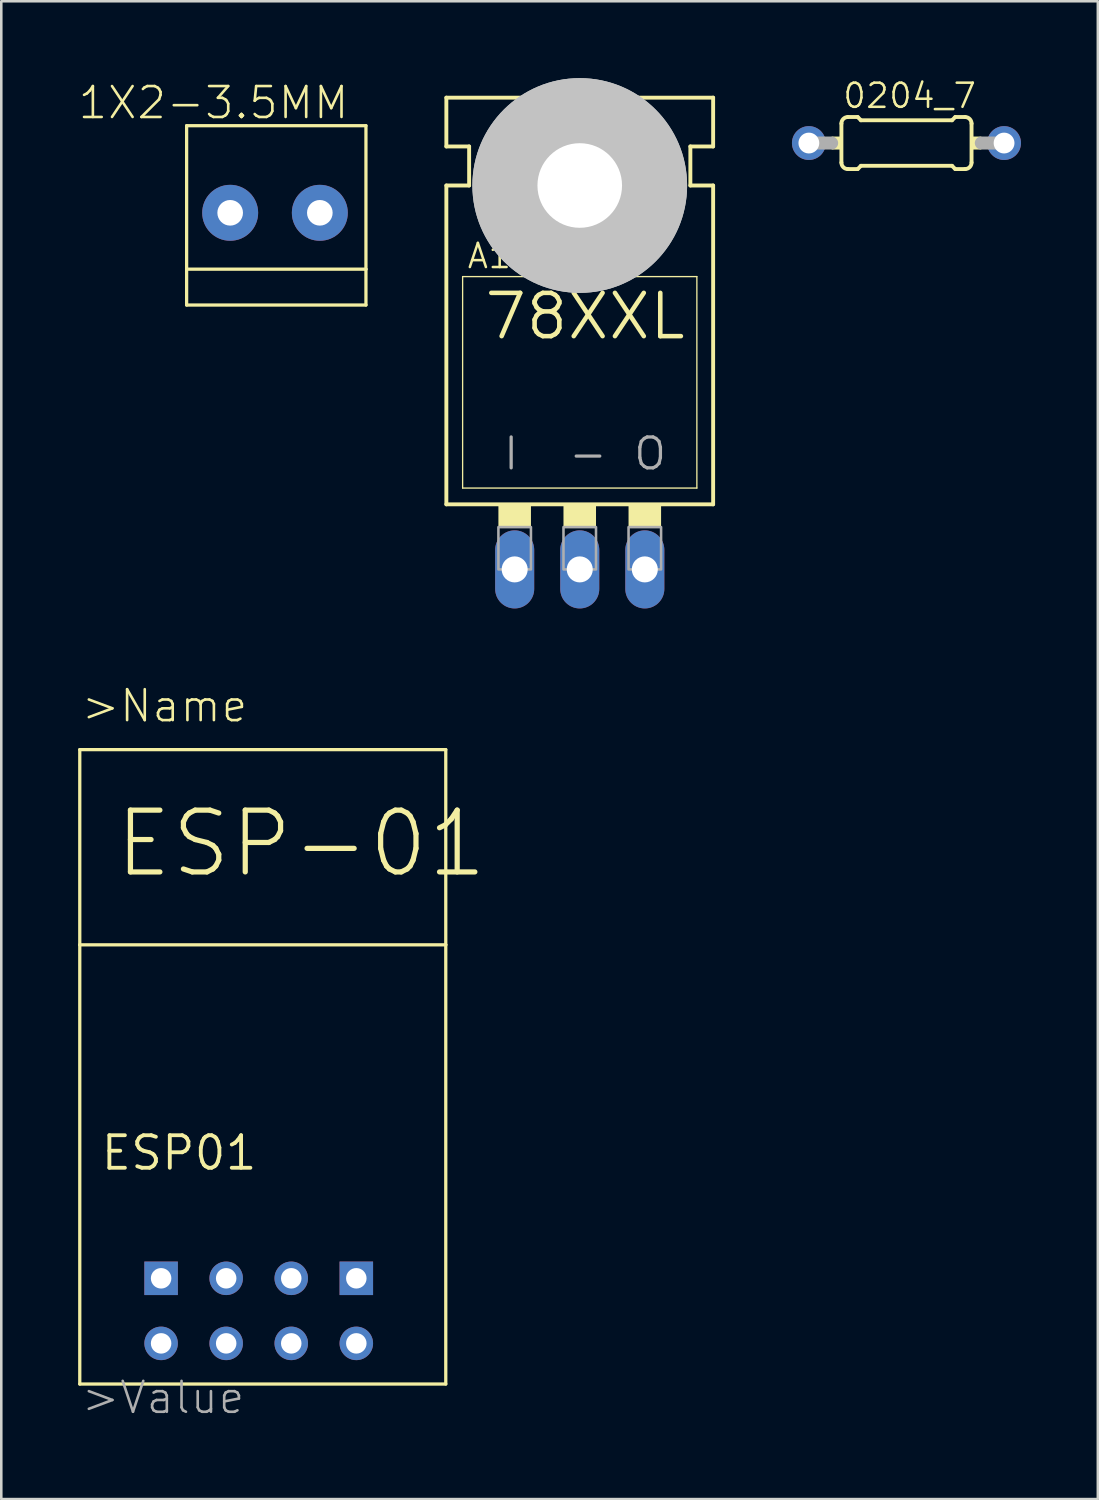
<source format=kicad_pcb>
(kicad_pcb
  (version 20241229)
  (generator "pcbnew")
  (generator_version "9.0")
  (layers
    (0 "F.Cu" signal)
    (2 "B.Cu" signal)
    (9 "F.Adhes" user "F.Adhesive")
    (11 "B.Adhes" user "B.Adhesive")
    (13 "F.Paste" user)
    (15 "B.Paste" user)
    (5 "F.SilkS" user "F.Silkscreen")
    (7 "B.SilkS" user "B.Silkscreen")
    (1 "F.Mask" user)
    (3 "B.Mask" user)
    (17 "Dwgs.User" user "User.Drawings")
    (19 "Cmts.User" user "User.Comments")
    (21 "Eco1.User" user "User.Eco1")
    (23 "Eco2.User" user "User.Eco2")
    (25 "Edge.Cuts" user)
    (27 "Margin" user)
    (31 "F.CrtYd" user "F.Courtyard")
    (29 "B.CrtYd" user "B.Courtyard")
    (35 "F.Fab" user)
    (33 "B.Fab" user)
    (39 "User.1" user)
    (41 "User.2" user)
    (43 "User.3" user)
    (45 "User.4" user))
  (footprint "ESP01"
    (layer "F.Cu")
    (at 7.064 41.212)
    (property "Reference" "ESP01" (at 0 0 0) (layer "F.SilkS") (effects (font (size 1.27 1.27) (thickness 0.15)) (justify right top)))
    (attr through_hole)
    (fp_line (start -7 -15) (end -7 -7.38) (stroke (width 0.127) (type solid)) (layer "F.SilkS"))
    (fp_line (start -7 -7.38) (end -7 9.765) (stroke (width 0.127) (type solid)) (layer "F.SilkS"))
    (fp_line (start -7 -7.38) (end 7.287 -7.38) (stroke (width 0.127) (type solid)) (layer "F.SilkS"))
    (fp_line (start -7 9.765) (end 7.287 9.765) (stroke (width 0.127) (type solid)) (layer "F.SilkS"))
    (fp_line (start 7.287 -15) (end -7 -15) (stroke (width 0.127) (type solid)) (layer "F.SilkS"))
    (fp_line (start 7.287 -7.38) (end 7.287 -15) (stroke (width 0.127) (type solid)) (layer "F.SilkS"))
    (fp_line (start 7.287 9.765) (end 7.287 -7.38) (stroke (width 0.127) (type solid)) (layer "F.SilkS"))
    (fp_text user "ESP-01" (at -5.73 -9.92 0) (layer "F.SilkS") (effects (font (size 2.413 2.413) (thickness 0.203)) (justify left bottom)))
    (fp_text user ">Name" (at -7 -16 0) (layer "F.SilkS") (effects (font (size 1.206 1.206) (thickness 0.102)) (justify left bottom)))
    (fp_text user ">Value" (at -7 11 0) (layer "F.Fab") (effects (font (size 1.206 1.206) (thickness 0.102)) (justify left bottom)))
    (pad "CH_PD" thru_hole circle (at -1.285 8.178 270) (size 1.308 1.308) (drill 0.8) (layers "*.Cu" "*.Mask"))
    (pad "GND" thru_hole rect (at -3.825 5.638 270) (size 1.308 1.308) (drill 0.8) (layers "*.Cu" "*.Mask"))
    (pad "GPIO0" thru_hole circle (at 1.255 5.638 270) (size 1.308 1.308) (drill 0.8) (layers "*.Cu" "*.Mask"))
    (pad "GPIO2" thru_hole circle (at -1.285 5.638 270) (size 1.308 1.308) (drill 0.8) (layers "*.Cu" "*.Mask"))
    (pad "RST" thru_hole circle (at 1.255 8.178 270) (size 1.308 1.308) (drill 0.8) (layers "*.Cu" "*.Mask"))
    (pad "RX" thru_hole rect (at 3.795 5.638 270) (size 1.308 1.308) (drill 0.8) (layers "*.Cu" "*.Mask"))
    (pad "TX" thru_hole circle (at -3.825 8.178 270) (size 1.308 1.308) (drill 0.8) (layers "*.Cu" "*.Mask"))
    (pad "VCC" thru_hole circle (at 3.795 8.178 270) (size 1.308 1.308) (drill 0.8) (layers "*.Cu" "*.Mask")))
  (footprint "0204_7"
    (layer "F.Cu")
    (at 32.335 2.534)
    (property "Reference" "0204_7" (at -2.54 -1.295 0) (layer "F.SilkS") (effects (font (size 0.941 0.941) (thickness 0.099)) (justify left bottom)))
    (attr through_hole)
    (fp_line (start -2.54 0.762) (end -2.54 -0.762) (stroke (width 0.152) (type solid)) (layer "F.SilkS"))
    (fp_line (start -2.286 -1.016) (end -1.905 -1.016) (stroke (width 0.152) (type solid)) (layer "F.SilkS"))
    (fp_line (start -2.286 1.016) (end -1.905 1.016) (stroke (width 0.152) (type solid)) (layer "F.SilkS"))
    (fp_line (start -1.778 -0.889) (end -1.905 -1.016) (stroke (width 0.152) (type solid)) (layer "F.SilkS"))
    (fp_line (start -1.778 0.889) (end -1.905 1.016) (stroke (width 0.152) (type solid)) (layer "F.SilkS"))
    (fp_line (start 1.778 -0.889) (end -1.778 -0.889) (stroke (width 0.152) (type solid)) (layer "F.SilkS"))
    (fp_line (start 1.778 -0.889) (end 1.905 -1.016) (stroke (width 0.152) (type solid)) (layer "F.SilkS"))
    (fp_line (start 1.778 0.889) (end -1.778 0.889) (stroke (width 0.152) (type solid)) (layer "F.SilkS"))
    (fp_line (start 1.778 0.889) (end 1.905 1.016) (stroke (width 0.152) (type solid)) (layer "F.SilkS"))
    (fp_line (start 2.286 -1.016) (end 1.905 -1.016) (stroke (width 0.152) (type solid)) (layer "F.SilkS"))
    (fp_line (start 2.286 1.016) (end 1.905 1.016) (stroke (width 0.152) (type solid)) (layer "F.SilkS"))
    (fp_line (start 2.54 0.762) (end 2.54 -0.762) (stroke (width 0.152) (type solid)) (layer "F.SilkS"))
    (fp_arc (start -2.54 -0.762) (mid -2.465605 -0.941605) (end -2.286 -1.016) (stroke (width 0.1524) (type solid)) (layer "F.SilkS"))
    (fp_arc (start -2.286 1.016) (mid -2.465605 0.941605) (end -2.54 0.762) (stroke (width 0.1524) (type solid)) (layer "F.SilkS"))
    (fp_arc (start 2.286 -1.016) (mid 2.465605 -0.941605) (end 2.54 -0.762) (stroke (width 0.1524) (type solid)) (layer "F.SilkS"))
    (fp_arc (start 2.54 0.762) (mid 2.465605 0.941605) (end 2.286 1.016) (stroke (width 0.1524) (type solid)) (layer "F.SilkS"))
    (fp_poly (pts (xy -2.921 0.254) (xy -2.54 0.254) (xy -2.54 -0.254) (xy -2.921 -0.254)) (stroke (width 0) (type solid)) (fill yes) (layer "F.SilkS"))
    (fp_poly (pts (xy 2.54 0.254) (xy 2.921 0.254) (xy 2.921 -0.254) (xy 2.54 -0.254)) (stroke (width 0) (type solid)) (fill yes) (layer "F.SilkS"))
    (fp_line (start -3.81 0) (end -2.921 0) (stroke (width 0.508) (type solid)) (layer "F.Fab"))
    (fp_line (start 3.81 0) (end 2.921 0) (stroke (width 0.508) (type solid)) (layer "F.Fab"))
    (pad "1" thru_hole circle (at -3.81 0) (size 1.321 1.321) (drill 0.813) (layers "*.Cu" "*.Mask"))
    (pad "2" thru_hole circle (at 3.81 0) (size 1.321 1.321) (drill 0.813) (layers "*.Cu" "*.Mask")))
  (footprint "1X2-3.5MM"
    (layer "F.Cu")
    (at 7.635 5.257)
    (property "Reference" "1X2-3.5MM" (at 3 -5 0) (layer "F.SilkS") (effects (font (size 1.206 1.206) (thickness 0.102)) (justify right top)))
    (attr through_hole)
    (fp_line (start -3.4 -3.4) (end -3.4 2.2) (stroke (width 0.127) (type solid)) (layer "F.SilkS"))
    (fp_line (start -3.4 2.2) (end -3.4 3.6) (stroke (width 0.127) (type solid)) (layer "F.SilkS"))
    (fp_line (start -3.4 2.2) (end 3.6 2.2) (stroke (width 0.127) (type solid)) (layer "F.SilkS"))
    (fp_line (start -3.4 3.6) (end 3.6 3.6) (stroke (width 0.127) (type solid)) (layer "F.SilkS"))
    (fp_line (start 3.6 -3.4) (end -3.4 -3.4) (stroke (width 0.127) (type solid)) (layer "F.SilkS"))
    (fp_line (start 3.6 2.2) (end 3.6 -3.4) (stroke (width 0.127) (type solid)) (layer "F.SilkS"))
    (fp_line (start 3.6 3.6) (end 3.6 2.2) (stroke (width 0.127) (type solid)) (layer "F.SilkS"))
    (pad "1" thru_hole circle (at 1.8 0) (size 2.184 2.184) (drill 1) (layers "*.Cu" "*.Mask"))
    (pad "2" thru_hole circle (at -1.7 0) (size 2.184 2.184) (drill 1) (layers "*.Cu" "*.Mask")))
  (footprint "78XXL"
    (layer "F.Cu")
    (at 19.581 15.367)
    (property "Reference" "78XXL" (at -3.81 -5.08 0) (layer "F.SilkS") (effects (font (size 1.689 1.689) (thickness 0.178)) (justify left bottom)))
    (attr through_hole)
    (fp_line (start -5.207 -12.7) (end -5.207 -14.605) (stroke (width 0.152) (type solid)) (layer "F.SilkS"))
    (fp_line (start -5.207 -11.176) (end -4.318 -11.176) (stroke (width 0.152) (type solid)) (layer "F.SilkS"))
    (fp_line (start -5.207 1.27) (end -5.207 -11.176) (stroke (width 0.152) (type solid)) (layer "F.SilkS"))
    (fp_line (start -5.207 1.27) (end 5.207 1.27) (stroke (width 0.152) (type solid)) (layer "F.SilkS"))
    (fp_line (start -4.572 0.635) (end -4.572 -7.62) (stroke (width 0.051) (type solid)) (layer "F.SilkS"))
    (fp_line (start -4.572 0.635) (end 4.572 0.635) (stroke (width 0.051) (type solid)) (layer "F.SilkS"))
    (fp_line (start -4.318 -12.7) (end -5.207 -12.7) (stroke (width 0.152) (type solid)) (layer "F.SilkS"))
    (fp_line (start -4.318 -11.176) (end -4.318 -12.7) (stroke (width 0.152) (type solid)) (layer "F.SilkS"))
    (fp_line (start 4.318 -12.7) (end 5.207 -12.7) (stroke (width 0.152) (type solid)) (layer "F.SilkS"))
    (fp_line (start 4.318 -11.176) (end 4.318 -12.7) (stroke (width 0.152) (type solid)) (layer "F.SilkS"))
    (fp_line (start 4.572 -7.62) (end -4.572 -7.62) (stroke (width 0.051) (type solid)) (layer "F.SilkS"))
    (fp_line (start 4.572 -7.62) (end 4.572 0.635) (stroke (width 0.051) (type solid)) (layer "F.SilkS"))
    (fp_line (start 5.207 -14.605) (end -5.207 -14.605) (stroke (width 0.152) (type solid)) (layer "F.SilkS"))
    (fp_line (start 5.207 -12.7) (end 5.207 -14.605) (stroke (width 0.152) (type solid)) (layer "F.SilkS"))
    (fp_line (start 5.207 -11.176) (end 4.318 -11.176) (stroke (width 0.152) (type solid)) (layer "F.SilkS"))
    (fp_line (start 5.207 1.27) (end 5.207 -11.176) (stroke (width 0.152) (type solid)) (layer "F.SilkS"))
    (fp_circle (center 0 -11.176) (end 1.803 -11.176) (stroke (width 0.152) (type solid)) (fill no) (layer "F.SilkS"))
    (fp_poly (pts (xy -3.175 2.159) (xy -1.905 2.159) (xy -1.905 1.27) (xy -3.175 1.27)) (stroke (width 0) (type solid)) (fill yes) (layer "F.SilkS"))
    (fp_poly (pts (xy -0.635 2.159) (xy 0.635 2.159) (xy 0.635 1.27) (xy -0.635 1.27)) (stroke (width 0) (type solid)) (fill yes) (layer "F.SilkS"))
    (fp_poly (pts (xy 1.905 2.159) (xy 3.175 2.159) (xy 3.175 1.27) (xy 1.905 1.27)) (stroke (width 0) (type solid)) (fill yes) (layer "F.SilkS"))
    (fp_circle (center 0 -11.176) (end 4.191 -11.176) (stroke (width 0) (type solid)) (fill yes) (layer "Dwgs.User"))
    (fp_circle (center 0 -11.176) (end 4.191 -11.176) (stroke (width 0) (type solid)) (fill yes) (layer "Dwgs.User"))
    (fp_poly (pts (xy -3.175 3.81) (xy -1.905 3.81) (xy -1.905 2.159) (xy -3.175 2.159)) (stroke (width 0.1) (type solid)) (fill no) (layer "F.Fab"))
    (fp_poly (pts (xy -0.635 3.81) (xy 0.635 3.81) (xy 0.635 2.159) (xy -0.635 2.159)) (stroke (width 0.1) (type solid)) (fill no) (layer "F.Fab"))
    (fp_poly (pts (xy 1.905 3.81) (xy 3.175 3.81) (xy 3.175 2.159) (xy 1.905 2.159)) (stroke (width 0.1) (type solid)) (fill no) (layer "F.Fab"))
    (fp_text user "A15,2mm" (at -4.445 -7.874 0) (layer "F.SilkS") (effects (font (size 0.941 0.941) (thickness 0.099)) (justify left bottom)))
    (fp_text user "I" (at -3.048 0 0) (layer "F.Fab") (effects (font (size 1.206 1.206) (thickness 0.127)) (justify left bottom)))
    (fp_text user "O" (at 2.032 0 0) (layer "F.Fab") (effects (font (size 1.206 1.206) (thickness 0.127)) (justify left bottom)))
    (fp_text user "-" (at -0.508 0 0) (layer "F.Fab") (effects (font (size 1.206 1.206) (thickness 0.127)) (justify left bottom)))
    (pad "" np_thru_hole circle (at 0 -11.176) (size 3.302 3.302) (drill 3.302) (layers "*.Cu"))
    (pad "GND" thru_hole oval (at 0 3.81 90) (size 3.048 1.524) (drill 1.016) (layers "*.Cu" "*.Mask"))
    (pad "IN" thru_hole oval (at -2.54 3.81 90) (size 3.048 1.524) (drill 1.016) (layers "*.Cu" "*.Mask"))
    (pad "OUT" thru_hole oval (at 2.54 3.81 90) (size 3.048 1.524) (drill 1.016) (layers "*.Cu" "*.Mask")))
  (gr_rect
    (start -3 -3)
    (end 39.805 55.469)
    (stroke (width 0.1) (type default))
    (fill no)
    (layer "Edge.Cuts")))
</source>
